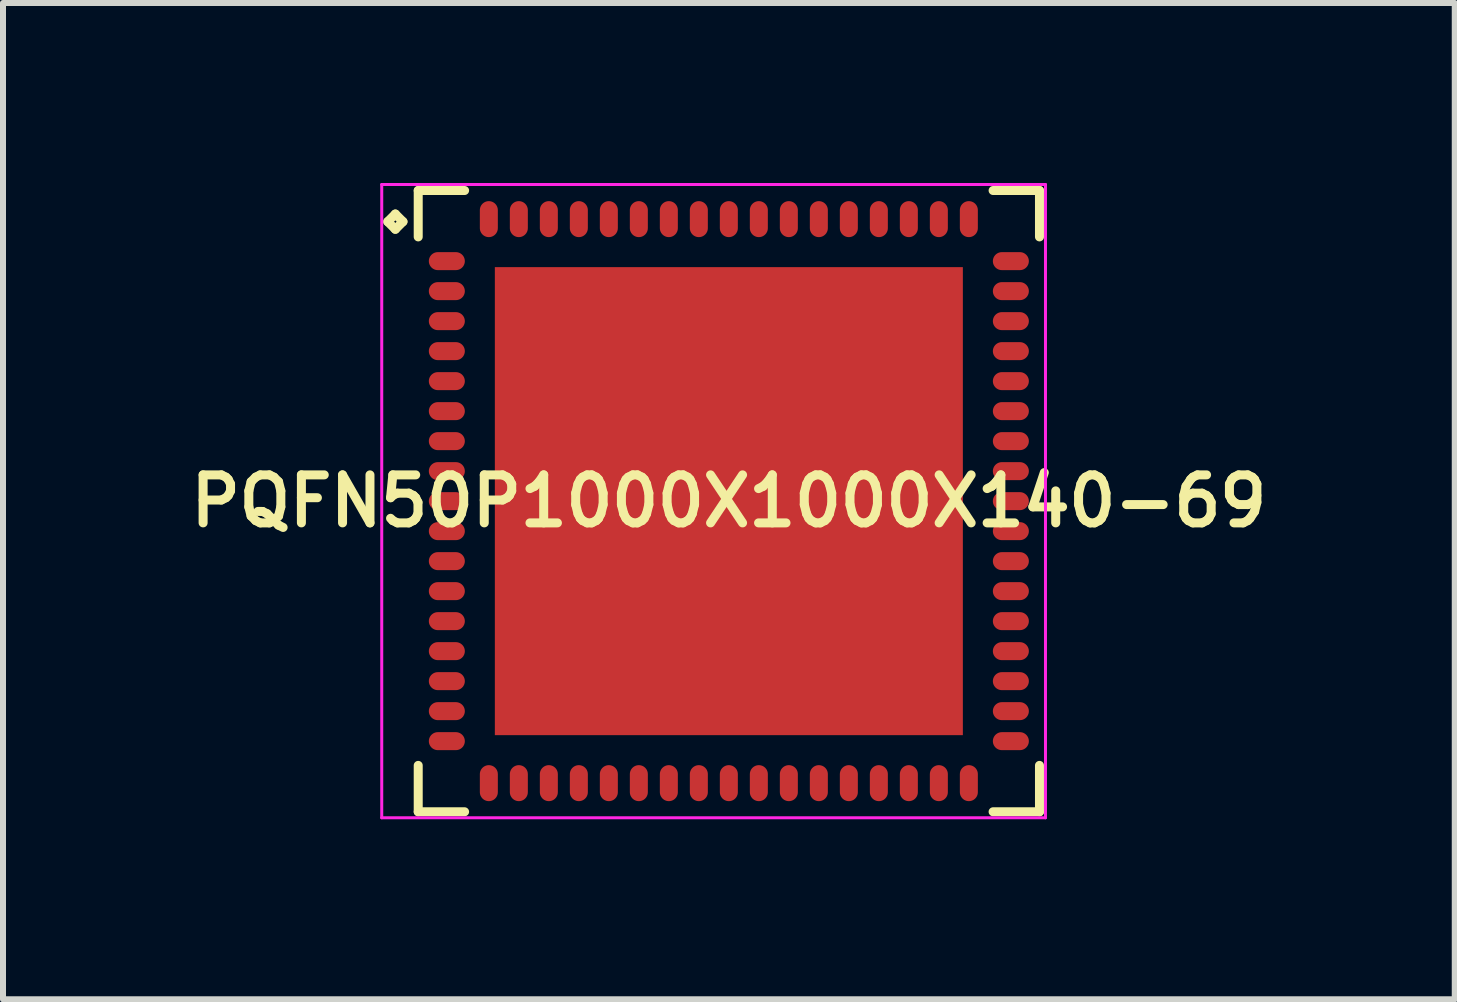
<source format=kicad_pcb>
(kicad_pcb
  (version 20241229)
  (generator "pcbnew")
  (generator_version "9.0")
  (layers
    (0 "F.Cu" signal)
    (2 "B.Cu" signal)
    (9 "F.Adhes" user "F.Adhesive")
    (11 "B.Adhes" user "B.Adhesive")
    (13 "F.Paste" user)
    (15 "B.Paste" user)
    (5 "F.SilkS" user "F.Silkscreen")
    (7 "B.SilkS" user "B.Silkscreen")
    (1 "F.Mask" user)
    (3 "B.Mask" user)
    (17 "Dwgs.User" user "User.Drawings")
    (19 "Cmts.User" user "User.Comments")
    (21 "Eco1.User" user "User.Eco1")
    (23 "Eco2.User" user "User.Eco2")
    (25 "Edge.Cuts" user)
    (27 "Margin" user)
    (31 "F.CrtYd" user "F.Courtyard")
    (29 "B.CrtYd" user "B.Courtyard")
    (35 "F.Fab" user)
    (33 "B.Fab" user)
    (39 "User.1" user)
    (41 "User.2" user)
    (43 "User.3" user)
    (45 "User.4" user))
  (footprint "PQFN50P1000X1000X140-69"
    (layer "F.Cu")
    (at 9.097 5.302)
    (property "Reference" "PQFN50P1000X1000X140-69" (at 0 0 0) (layer "F.SilkS") (effects (font (size 0.8 0.8) (thickness 0.15))))
    (attr smd)
    (fp_line (start -5.685 -4.658) (end -5.558 -4.785) (stroke (width 0.15) (type solid)) (layer "F.SilkS"))
    (fp_line (start -5.558 -4.785) (end -5.431 -4.658) (stroke (width 0.15) (type solid)) (layer "F.SilkS"))
    (fp_line (start -5.558 -4.531) (end -5.685 -4.658) (stroke (width 0.15) (type solid)) (layer "F.SilkS"))
    (fp_line (start -5.431 -4.658) (end -5.558 -4.531) (stroke (width 0.15) (type solid)) (layer "F.SilkS"))
    (fp_line (start -5.177 -5.177) (end -4.404 -5.177) (stroke (width 0.15) (type solid)) (layer "F.SilkS"))
    (fp_line (start -5.177 -4.404) (end -5.177 -5.177) (stroke (width 0.15) (type solid)) (layer "F.SilkS"))
    (fp_line (start -5.177 4.404) (end -5.177 5.177) (stroke (width 0.15) (type solid)) (layer "F.SilkS"))
    (fp_line (start -5.177 5.177) (end -4.404 5.177) (stroke (width 0.15) (type solid)) (layer "F.SilkS"))
    (fp_line (start 4.404 -5.177) (end 5.177 -5.177) (stroke (width 0.15) (type solid)) (layer "F.SilkS"))
    (fp_line (start 4.404 5.177) (end 5.177 5.177) (stroke (width 0.15) (type solid)) (layer "F.SilkS"))
    (fp_line (start 5.177 -5.177) (end 5.177 -4.404) (stroke (width 0.15) (type solid)) (layer "F.SilkS"))
    (fp_line (start 5.177 5.177) (end 5.177 4.404) (stroke (width 0.15) (type solid)) (layer "F.SilkS"))
    (fp_line (start -5.785 -5.277) (end 5.277 -5.277) (stroke (width 0.05) (type solid)) (layer "F.CrtYd"))
    (fp_line (start -5.785 5.277) (end -5.785 -5.277) (stroke (width 0.05) (type solid)) (layer "F.CrtYd"))
    (fp_line (start 5.277 -5.277) (end 5.277 5.277) (stroke (width 0.05) (type solid)) (layer "F.CrtYd"))
    (fp_line (start 5.277 5.277) (end -5.785 5.277) (stroke (width 0.05) (type solid)) (layer "F.CrtYd"))
    (pad "1" smd oval (at -4.7 -4) (size 0.6 0.3) (layers "F.Cu" "F.Mask" "F.Paste"))
    (pad "2" smd oval (at -4.7 -3.5) (size 0.6 0.3) (layers "F.Cu" "F.Mask" "F.Paste"))
    (pad "3" smd oval (at -4.7 -3) (size 0.6 0.3) (layers "F.Cu" "F.Mask" "F.Paste"))
    (pad "4" smd oval (at -4.7 -2.5) (size 0.6 0.3) (layers "F.Cu" "F.Mask" "F.Paste"))
    (pad "5" smd oval (at -4.7 -2) (size 0.6 0.3) (layers "F.Cu" "F.Mask" "F.Paste"))
    (pad "6" smd oval (at -4.7 -1.5) (size 0.6 0.3) (layers "F.Cu" "F.Mask" "F.Paste"))
    (pad "7" smd oval (at -4.7 -1) (size 0.6 0.3) (layers "F.Cu" "F.Mask" "F.Paste"))
    (pad "8" smd oval (at -4.7 -0.5) (size 0.6 0.3) (layers "F.Cu" "F.Mask" "F.Paste"))
    (pad "9" smd oval (at -4.7 0) (size 0.6 0.3) (layers "F.Cu" "F.Mask" "F.Paste"))
    (pad "10" smd oval (at -4.7 0.5) (size 0.6 0.3) (layers "F.Cu" "F.Mask" "F.Paste"))
    (pad "11" smd oval (at -4.7 1) (size 0.6 0.3) (layers "F.Cu" "F.Mask" "F.Paste"))
    (pad "12" smd oval (at -4.7 1.5) (size 0.6 0.3) (layers "F.Cu" "F.Mask" "F.Paste"))
    (pad "13" smd oval (at -4.7 2) (size 0.6 0.3) (layers "F.Cu" "F.Mask" "F.Paste"))
    (pad "14" smd oval (at -4.7 2.5) (size 0.6 0.3) (layers "F.Cu" "F.Mask" "F.Paste"))
    (pad "15" smd oval (at -4.7 3) (size 0.6 0.3) (layers "F.Cu" "F.Mask" "F.Paste"))
    (pad "16" smd oval (at -4.7 3.5) (size 0.6 0.3) (layers "F.Cu" "F.Mask" "F.Paste"))
    (pad "17" smd oval (at -4.7 4) (size 0.6 0.3) (layers "F.Cu" "F.Mask" "F.Paste"))
    (pad "18" smd oval (at -4 4.7) (size 0.3 0.6) (layers "F.Cu" "F.Mask" "F.Paste"))
    (pad "19" smd oval (at -3.5 4.7) (size 0.3 0.6) (layers "F.Cu" "F.Mask" "F.Paste"))
    (pad "20" smd oval (at -3 4.7) (size 0.3 0.6) (layers "F.Cu" "F.Mask" "F.Paste"))
    (pad "21" smd oval (at -2.5 4.7) (size 0.3 0.6) (layers "F.Cu" "F.Mask" "F.Paste"))
    (pad "22" smd oval (at -2 4.7) (size 0.3 0.6) (layers "F.Cu" "F.Mask" "F.Paste"))
    (pad "23" smd oval (at -1.5 4.7) (size 0.3 0.6) (layers "F.Cu" "F.Mask" "F.Paste"))
    (pad "24" smd oval (at -1 4.7) (size 0.3 0.6) (layers "F.Cu" "F.Mask" "F.Paste"))
    (pad "25" smd oval (at -0.5 4.7) (size 0.3 0.6) (layers "F.Cu" "F.Mask" "F.Paste"))
    (pad "26" smd oval (at 0 4.7) (size 0.3 0.6) (layers "F.Cu" "F.Mask" "F.Paste"))
    (pad "27" smd oval (at 0.5 4.7) (size 0.3 0.6) (layers "F.Cu" "F.Mask" "F.Paste"))
    (pad "28" smd oval (at 1 4.7) (size 0.3 0.6) (layers "F.Cu" "F.Mask" "F.Paste"))
    (pad "29" smd oval (at 1.5 4.7) (size 0.3 0.6) (layers "F.Cu" "F.Mask" "F.Paste"))
    (pad "30" smd oval (at 2 4.7) (size 0.3 0.6) (layers "F.Cu" "F.Mask" "F.Paste"))
    (pad "31" smd oval (at 2.5 4.7) (size 0.3 0.6) (layers "F.Cu" "F.Mask" "F.Paste"))
    (pad "32" smd oval (at 3 4.7) (size 0.3 0.6) (layers "F.Cu" "F.Mask" "F.Paste"))
    (pad "33" smd oval (at 3.5 4.7) (size 0.3 0.6) (layers "F.Cu" "F.Mask" "F.Paste"))
    (pad "34" smd oval (at 4 4.7) (size 0.3 0.6) (layers "F.Cu" "F.Mask" "F.Paste"))
    (pad "35" smd oval (at 4.7 4) (size 0.6 0.3) (layers "F.Cu" "F.Mask" "F.Paste"))
    (pad "36" smd oval (at 4.7 3.5) (size 0.6 0.3) (layers "F.Cu" "F.Mask" "F.Paste"))
    (pad "37" smd oval (at 4.7 3) (size 0.6 0.3) (layers "F.Cu" "F.Mask" "F.Paste"))
    (pad "38" smd oval (at 4.7 2.5) (size 0.6 0.3) (layers "F.Cu" "F.Mask" "F.Paste"))
    (pad "39" smd oval (at 4.7 2) (size 0.6 0.3) (layers "F.Cu" "F.Mask" "F.Paste"))
    (pad "40" smd oval (at 4.7 1.5) (size 0.6 0.3) (layers "F.Cu" "F.Mask" "F.Paste"))
    (pad "41" smd oval (at 4.7 1) (size 0.6 0.3) (layers "F.Cu" "F.Mask" "F.Paste"))
    (pad "42" smd oval (at 4.7 0.5) (size 0.6 0.3) (layers "F.Cu" "F.Mask" "F.Paste"))
    (pad "43" smd oval (at 4.7 0) (size 0.6 0.3) (layers "F.Cu" "F.Mask" "F.Paste"))
    (pad "44" smd oval (at 4.7 -0.5) (size 0.6 0.3) (layers "F.Cu" "F.Mask" "F.Paste"))
    (pad "45" smd oval (at 4.7 -1) (size 0.6 0.3) (layers "F.Cu" "F.Mask" "F.Paste"))
    (pad "46" smd oval (at 4.7 -1.5) (size 0.6 0.3) (layers "F.Cu" "F.Mask" "F.Paste"))
    (pad "47" smd oval (at 4.7 -2) (size 0.6 0.3) (layers "F.Cu" "F.Mask" "F.Paste"))
    (pad "48" smd oval (at 4.7 -2.5) (size 0.6 0.3) (layers "F.Cu" "F.Mask" "F.Paste"))
    (pad "49" smd oval (at 4.7 -3) (size 0.6 0.3) (layers "F.Cu" "F.Mask" "F.Paste"))
    (pad "50" smd oval (at 4.7 -3.5) (size 0.6 0.3) (layers "F.Cu" "F.Mask" "F.Paste"))
    (pad "51" smd oval (at 4.7 -4) (size 0.6 0.3) (layers "F.Cu" "F.Mask" "F.Paste"))
    (pad "52" smd oval (at 4 -4.7) (size 0.3 0.6) (layers "F.Cu" "F.Mask" "F.Paste"))
    (pad "53" smd oval (at 3.5 -4.7) (size 0.3 0.6) (layers "F.Cu" "F.Mask" "F.Paste"))
    (pad "54" smd oval (at 3 -4.7) (size 0.3 0.6) (layers "F.Cu" "F.Mask" "F.Paste"))
    (pad "55" smd oval (at 2.5 -4.7) (size 0.3 0.6) (layers "F.Cu" "F.Mask" "F.Paste"))
    (pad "56" smd oval (at 2 -4.7) (size 0.3 0.6) (layers "F.Cu" "F.Mask" "F.Paste"))
    (pad "57" smd oval (at 1.5 -4.7) (size 0.3 0.6) (layers "F.Cu" "F.Mask" "F.Paste"))
    (pad "58" smd oval (at 1 -4.7) (size 0.3 0.6) (layers "F.Cu" "F.Mask" "F.Paste"))
    (pad "59" smd oval (at 0.5 -4.7) (size 0.3 0.6) (layers "F.Cu" "F.Mask" "F.Paste"))
    (pad "60" smd oval (at 0 -4.7) (size 0.3 0.6) (layers "F.Cu" "F.Mask" "F.Paste"))
    (pad "61" smd oval (at -0.5 -4.7) (size 0.3 0.6) (layers "F.Cu" "F.Mask" "F.Paste"))
    (pad "62" smd oval (at -1 -4.7) (size 0.3 0.6) (layers "F.Cu" "F.Mask" "F.Paste"))
    (pad "63" smd oval (at -1.5 -4.7) (size 0.3 0.6) (layers "F.Cu" "F.Mask" "F.Paste"))
    (pad "64" smd oval (at -2 -4.7) (size 0.3 0.6) (layers "F.Cu" "F.Mask" "F.Paste"))
    (pad "65" smd oval (at -2.5 -4.7) (size 0.3 0.6) (layers "F.Cu" "F.Mask" "F.Paste"))
    (pad "66" smd oval (at -3 -4.7) (size 0.3 0.6) (layers "F.Cu" "F.Mask" "F.Paste"))
    (pad "67" smd oval (at -3.5 -4.7) (size 0.3 0.6) (layers "F.Cu" "F.Mask" "F.Paste"))
    (pad "68" smd oval (at -4 -4.7) (size 0.3 0.6) (layers "F.Cu" "F.Mask" "F.Paste"))
    (pad "69" smd rect (at 0 0) (size 7.8 7.8) (layers "F.Cu" "F.Mask" "F.Paste")))
  (gr_rect
    (start -3 -3)
    (end 21.195 13.604)
    (stroke (width 0.1) (type default))
    (fill no)
    (layer "Edge.Cuts")))
</source>
